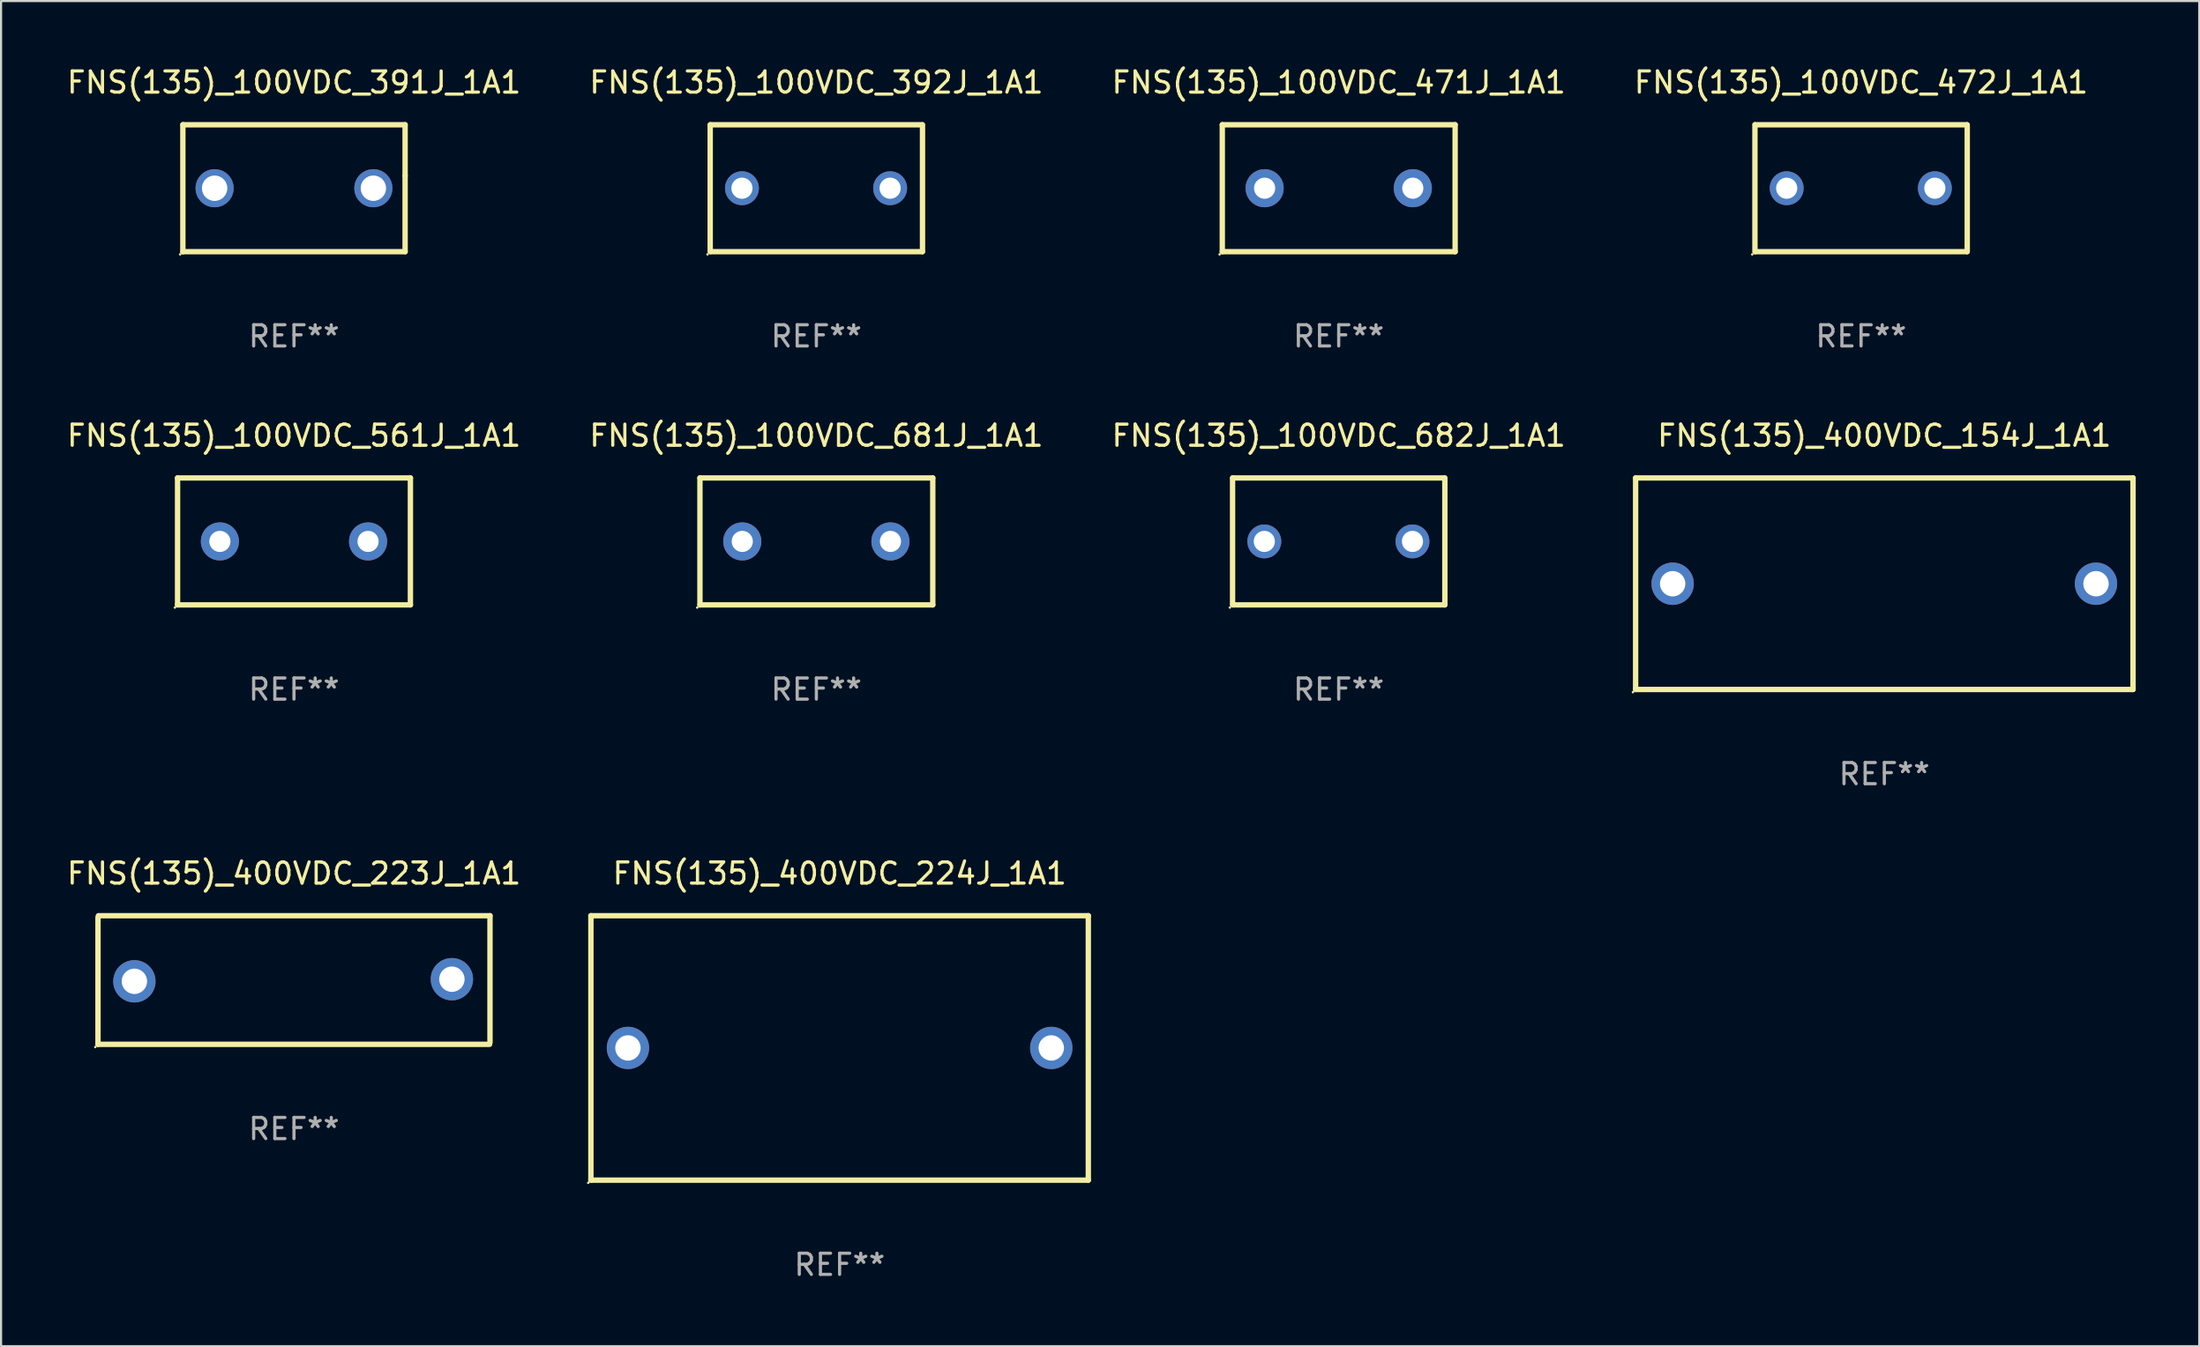
<source format=kicad_pcb>
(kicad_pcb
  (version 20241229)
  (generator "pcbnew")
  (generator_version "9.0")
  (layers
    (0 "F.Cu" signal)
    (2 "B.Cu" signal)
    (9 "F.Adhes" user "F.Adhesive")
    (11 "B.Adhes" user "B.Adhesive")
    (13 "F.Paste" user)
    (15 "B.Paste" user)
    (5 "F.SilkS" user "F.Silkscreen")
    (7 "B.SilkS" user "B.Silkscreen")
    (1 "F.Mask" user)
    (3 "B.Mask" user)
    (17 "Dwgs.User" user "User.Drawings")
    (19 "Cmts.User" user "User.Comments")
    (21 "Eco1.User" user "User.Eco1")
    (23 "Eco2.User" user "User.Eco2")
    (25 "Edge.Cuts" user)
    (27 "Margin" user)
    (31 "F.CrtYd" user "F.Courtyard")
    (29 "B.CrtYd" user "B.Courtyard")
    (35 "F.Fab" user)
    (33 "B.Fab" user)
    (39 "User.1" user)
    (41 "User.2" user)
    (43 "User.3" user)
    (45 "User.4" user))
  (footprint "FNS(135)_100VDC_471J_1A1"
    (layer "F.Cu")
    (at 60.196 5.848)
    (property "Reference" "FNS(135)_100VDC_471J_1A1" (at 0 -5 0) (layer "F.SilkS") (effects (font (size 1 1) (thickness 0.15))))
    (attr through_hole)
    (fp_line (start -5.5 -3) (end 5.5 -3) (stroke (width 0.254) (type solid)) (layer "F.SilkS"))
    (fp_line (start -5.5 3) (end -5.5 -3) (stroke (width 0.254) (type solid)) (layer "F.SilkS"))
    (fp_line (start 5.5 -3) (end 5.5 3) (stroke (width 0.254) (type solid)) (layer "F.SilkS"))
    (fp_line (start 5.5 3) (end -5.5 3) (stroke (width 0.254) (type solid)) (layer "F.SilkS"))
    (fp_circle (center -5.627 3.127) (end -5.597 3.127) (stroke (width 0.06) (type solid)) (fill no) (layer "F.SilkS"))
    (fp_text user "REF**" (at 0 7 0) (layer "F.Fab") (effects (font (size 1 1) (thickness 0.15))))
    (pad "1" thru_hole circle (at -3.5 0) (size 1.8 1.8) (drill 1) (layers "*.Cu" "*.Mask"))
    (pad "2" thru_hole circle (at 3.5 0) (size 1.8 1.8) (drill 1) (layers "*.Cu" "*.Mask")))
  (footprint "FNS(135)_100VDC_682J_1A1"
    (layer "F.Cu")
    (at 60.196 22.545)
    (property "Reference" "FNS(135)_100VDC_682J_1A1" (at 0 -5 0) (layer "F.SilkS") (effects (font (size 1 1) (thickness 0.15))))
    (attr through_hole)
    (fp_line (start -5.015 3) (end -5.015 -3) (stroke (width 0.254) (type solid)) (layer "F.SilkS"))
    (fp_line (start -5.005 -3) (end 4.995 -3) (stroke (width 0.254) (type solid)) (layer "F.SilkS"))
    (fp_line (start 5.005 3) (end -4.995 3) (stroke (width 0.254) (type solid)) (layer "F.SilkS"))
    (fp_line (start 5.015 -3) (end 5.015 3) (stroke (width 0.254) (type solid)) (layer "F.SilkS"))
    (fp_circle (center -5.142 3.127) (end -5.112 3.127) (stroke (width 0.06) (type solid)) (fill no) (layer "F.SilkS"))
    (fp_text user "REF**" (at 0 7 0) (layer "F.Fab") (effects (font (size 1 1) (thickness 0.15))))
    (pad "1" thru_hole circle (at -3.515 0) (size 1.6 1.6) (drill 1) (layers "*.Cu" "*.Mask"))
    (pad "2" thru_hole circle (at 3.485 0) (size 1.6 1.6) (drill 1) (layers "*.Cu" "*.Mask")))
  (footprint "FNS(135)_400VDC_223J_1A1"
    (layer "F.Cu")
    (at 10.839 43.281)
    (property "Reference" "FNS(135)_400VDC_223J_1A1" (at 0 -5.04 0) (layer "F.SilkS") (effects (font (size 1 1) (thickness 0.15))))
    (attr through_hole)
    (fp_line (start -9.26 3.04) (end -9.26 -2.96) (stroke (width 0.254) (type solid)) (layer "F.SilkS"))
    (fp_line (start -9.24 -3.04) (end 9.26 -3.04) (stroke (width 0.254) (type solid)) (layer "F.SilkS"))
    (fp_line (start 9.24 3.04) (end -9.26 3.04) (stroke (width 0.254) (type solid)) (layer "F.SilkS"))
    (fp_line (start 9.26 -3.04) (end 9.26 2.96) (stroke (width 0.254) (type solid)) (layer "F.SilkS"))
    (fp_circle (center -9.387 3.167) (end -9.357 3.167) (stroke (width 0.06) (type solid)) (fill no) (layer "F.SilkS"))
    (fp_text user "REF**" (at 0 7.04 0) (layer "F.Fab") (effects (font (size 1 1) (thickness 0.15))))
    (pad "1" thru_hole circle (at -7.54 0.06) (size 2 2) (drill 1.2) (layers "*.Cu" "*.Mask"))
    (pad "2" thru_hole circle (at 7.46 -0.04) (size 2 2) (drill 1.2) (layers "*.Cu" "*.Mask")))
  (footprint "FNS(135)_400VDC_224J_1A1"
    (layer "F.Cu")
    (at 36.616 46.491)
    (property "Reference" "FNS(135)_400VDC_224J_1A1" (at 0 -8.25 0) (layer "F.SilkS") (effects (font (size 1 1) (thickness 0.15))))
    (attr through_hole)
    (fp_line (start -11.75 -6.25) (end 11.75 -6.25) (stroke (width 0.254) (type solid)) (layer "F.SilkS"))
    (fp_line (start -11.75 6.25) (end -11.75 -6.25) (stroke (width 0.254) (type solid)) (layer "F.SilkS"))
    (fp_line (start 11.75 -6.25) (end 11.75 6.25) (stroke (width 0.254) (type solid)) (layer "F.SilkS"))
    (fp_line (start 11.75 6.25) (end -11.75 6.25) (stroke (width 0.254) (type solid)) (layer "F.SilkS"))
    (fp_circle (center -11.877 6.377) (end -11.847 6.377) (stroke (width 0.06) (type solid)) (fill no) (layer "F.SilkS"))
    (fp_text user "REF**" (at 0 10.25 0) (layer "F.Fab") (effects (font (size 1 1) (thickness 0.15))))
    (pad "1" thru_hole circle (at -10 0) (size 2 2) (drill 1.2) (layers "*.Cu" "*.Mask"))
    (pad "2" thru_hole circle (at 10 0) (size 2 2) (drill 1.2) (layers "*.Cu" "*.Mask")))
  (footprint "FNS(135)_100VDC_561J_1A1"
    (layer "F.Cu")
    (at 10.839 22.545)
    (property "Reference" "FNS(135)_100VDC_561J_1A1" (at 0 -5 0) (layer "F.SilkS") (effects (font (size 1 1) (thickness 0.15))))
    (attr through_hole)
    (fp_line (start -5.5 -3) (end 5.5 -3) (stroke (width 0.254) (type solid)) (layer "F.SilkS"))
    (fp_line (start -5.5 3) (end -5.5 -3) (stroke (width 0.254) (type solid)) (layer "F.SilkS"))
    (fp_line (start 5.5 -3) (end 5.5 3) (stroke (width 0.254) (type solid)) (layer "F.SilkS"))
    (fp_line (start 5.5 3) (end -5.5 3) (stroke (width 0.254) (type solid)) (layer "F.SilkS"))
    (fp_circle (center -5.627 3.127) (end -5.597 3.127) (stroke (width 0.06) (type solid)) (fill no) (layer "F.SilkS"))
    (fp_text user "REF**" (at 0 7 0) (layer "F.Fab") (effects (font (size 1 1) (thickness 0.15))))
    (pad "1" thru_hole circle (at -3.5 0) (size 1.8 1.8) (drill 1) (layers "*.Cu" "*.Mask"))
    (pad "2" thru_hole circle (at 3.5 0) (size 1.8 1.8) (drill 1) (layers "*.Cu" "*.Mask")))
  (footprint "FNS(135)_100VDC_391J_1A1"
    (layer "F.Cu")
    (at 10.839 5.848)
    (property "Reference" "FNS(135)_100VDC_391J_1A1" (at 0 -5 0) (layer "F.SilkS") (effects (font (size 1 1) (thickness 0.15))))
    (attr through_hole)
    (fp_line (start -5.25 -3) (end 5.25 -3) (stroke (width 0.254) (type solid)) (layer "F.SilkS"))
    (fp_line (start -5.25 3) (end -5.25 -3) (stroke (width 0.254) (type solid)) (layer "F.SilkS"))
    (fp_line (start 5.25 -0.591) (end 5.25 -3) (stroke (width 0.254) (type solid)) (layer "F.SilkS"))
    (fp_line (start 5.25 3) (end 5.25 -0.591) (stroke (width 0.254) (type solid)) (layer "F.SilkS"))
    (fp_line (start 5.25 3) (end -5.25 3) (stroke (width 0.254) (type solid)) (layer "F.SilkS"))
    (fp_circle (center -5.377 3.127) (end -5.347 3.127) (stroke (width 0.06) (type solid)) (fill no) (layer "F.SilkS"))
    (fp_text user "REF**" (at 0 7 0) (layer "F.Fab") (effects (font (size 1 1) (thickness 0.15))))
    (pad "1" thru_hole circle (at -3.75 0) (size 1.8 1.8) (drill 1.2) (layers "*.Cu" "*.Mask"))
    (pad "2" thru_hole circle (at 3.75 0) (size 1.8 1.8) (drill 1.2) (layers "*.Cu" "*.Mask")))
  (footprint "FNS(135)_400VDC_154J_1A1"
    (layer "F.Cu")
    (at 85.973 24.545)
    (property "Reference" "FNS(135)_400VDC_154J_1A1" (at 0 -7 0) (layer "F.SilkS") (effects (font (size 1 1) (thickness 0.15))))
    (attr through_hole)
    (fp_line (start -11.75 -5) (end 11.75 -5) (stroke (width 0.254) (type solid)) (layer "F.SilkS"))
    (fp_line (start -11.75 5) (end -11.75 -5) (stroke (width 0.254) (type solid)) (layer "F.SilkS"))
    (fp_line (start 11.75 -5) (end 11.75 5) (stroke (width 0.254) (type solid)) (layer "F.SilkS"))
    (fp_line (start 11.75 5) (end -11.75 5) (stroke (width 0.254) (type solid)) (layer "F.SilkS"))
    (fp_circle (center -11.877 5.127) (end -11.847 5.127) (stroke (width 0.06) (type solid)) (fill no) (layer "F.SilkS"))
    (fp_text user "REF**" (at 0 9 0) (layer "F.Fab") (effects (font (size 1 1) (thickness 0.15))))
    (pad "1" thru_hole circle (at -10 0) (size 2 2) (drill 1.2) (layers "*.Cu" "*.Mask"))
    (pad "2" thru_hole circle (at 10 0) (size 2 2) (drill 1.2) (layers "*.Cu" "*.Mask")))
  (footprint "FNS(135)_100VDC_472J_1A1"
    (layer "F.Cu")
    (at 84.875 5.848)
    (property "Reference" "FNS(135)_100VDC_472J_1A1" (at 0 -5 0) (layer "F.SilkS") (effects (font (size 1 1) (thickness 0.15))))
    (attr through_hole)
    (fp_line (start -5.015 3) (end -5.015 -3) (stroke (width 0.254) (type solid)) (layer "F.SilkS"))
    (fp_line (start -5.005 -3) (end 4.995 -3) (stroke (width 0.254) (type solid)) (layer "F.SilkS"))
    (fp_line (start 5.005 3) (end -4.995 3) (stroke (width 0.254) (type solid)) (layer "F.SilkS"))
    (fp_line (start 5.015 -3) (end 5.015 3) (stroke (width 0.254) (type solid)) (layer "F.SilkS"))
    (fp_circle (center -5.142 3.127) (end -5.112 3.127) (stroke (width 0.06) (type solid)) (fill no) (layer "F.SilkS"))
    (fp_text user "REF**" (at 0 7 0) (layer "F.Fab") (effects (font (size 1 1) (thickness 0.15))))
    (pad "1" thru_hole circle (at -3.515 0) (size 1.6 1.6) (drill 1) (layers "*.Cu" "*.Mask"))
    (pad "2" thru_hole circle (at 3.485 0) (size 1.6 1.6) (drill 1) (layers "*.Cu" "*.Mask")))
  (footprint "FNS(135)_100VDC_392J_1A1"
    (layer "F.Cu")
    (at 35.518 5.848)
    (property "Reference" "FNS(135)_100VDC_392J_1A1" (at 0 -5 0) (layer "F.SilkS") (effects (font (size 1 1) (thickness 0.15))))
    (attr through_hole)
    (fp_line (start -5.015 3) (end -5.015 -3) (stroke (width 0.254) (type solid)) (layer "F.SilkS"))
    (fp_line (start -5.005 -3) (end 4.995 -3) (stroke (width 0.254) (type solid)) (layer "F.SilkS"))
    (fp_line (start 5.005 3) (end -4.995 3) (stroke (width 0.254) (type solid)) (layer "F.SilkS"))
    (fp_line (start 5.015 -3) (end 5.015 3) (stroke (width 0.254) (type solid)) (layer "F.SilkS"))
    (fp_circle (center -5.142 3.127) (end -5.112 3.127) (stroke (width 0.06) (type solid)) (fill no) (layer "F.SilkS"))
    (fp_text user "REF**" (at 0 7 0) (layer "F.Fab") (effects (font (size 1 1) (thickness 0.15))))
    (pad "1" thru_hole circle (at -3.515 0) (size 1.6 1.6) (drill 1) (layers "*.Cu" "*.Mask"))
    (pad "2" thru_hole circle (at 3.485 0) (size 1.6 1.6) (drill 1) (layers "*.Cu" "*.Mask")))
  (footprint "FNS(135)_100VDC_681J_1A1"
    (layer "F.Cu")
    (at 35.518 22.545)
    (property "Reference" "FNS(135)_100VDC_681J_1A1" (at 0 -5 0) (layer "F.SilkS") (effects (font (size 1 1) (thickness 0.15))))
    (attr through_hole)
    (fp_line (start -5.5 -3) (end 5.5 -3) (stroke (width 0.254) (type solid)) (layer "F.SilkS"))
    (fp_line (start -5.5 3) (end -5.5 -3) (stroke (width 0.254) (type solid)) (layer "F.SilkS"))
    (fp_line (start 5.5 -3) (end 5.5 3) (stroke (width 0.254) (type solid)) (layer "F.SilkS"))
    (fp_line (start 5.5 3) (end -5.5 3) (stroke (width 0.254) (type solid)) (layer "F.SilkS"))
    (fp_circle (center -5.627 3.127) (end -5.597 3.127) (stroke (width 0.06) (type solid)) (fill no) (layer "F.SilkS"))
    (fp_text user "REF**" (at 0 7 0) (layer "F.Fab") (effects (font (size 1 1) (thickness 0.15))))
    (pad "1" thru_hole circle (at -3.5 0) (size 1.8 1.8) (drill 1) (layers "*.Cu" "*.Mask"))
    (pad "2" thru_hole circle (at 3.5 0) (size 1.8 1.8) (drill 1) (layers "*.Cu" "*.Mask")))
  (gr_rect
    (start -3 -3)
    (end 100.85 60.59)
    (stroke (width 0.1) (type default))
    (fill no)
    (layer "Edge.Cuts")))
</source>
